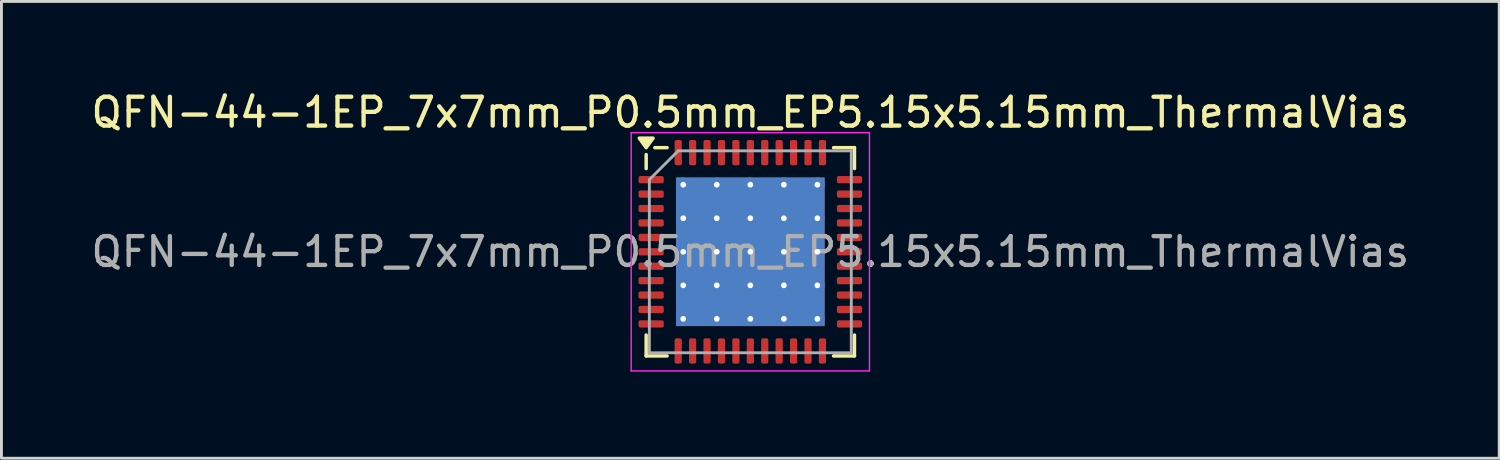
<source format=kicad_pcb>
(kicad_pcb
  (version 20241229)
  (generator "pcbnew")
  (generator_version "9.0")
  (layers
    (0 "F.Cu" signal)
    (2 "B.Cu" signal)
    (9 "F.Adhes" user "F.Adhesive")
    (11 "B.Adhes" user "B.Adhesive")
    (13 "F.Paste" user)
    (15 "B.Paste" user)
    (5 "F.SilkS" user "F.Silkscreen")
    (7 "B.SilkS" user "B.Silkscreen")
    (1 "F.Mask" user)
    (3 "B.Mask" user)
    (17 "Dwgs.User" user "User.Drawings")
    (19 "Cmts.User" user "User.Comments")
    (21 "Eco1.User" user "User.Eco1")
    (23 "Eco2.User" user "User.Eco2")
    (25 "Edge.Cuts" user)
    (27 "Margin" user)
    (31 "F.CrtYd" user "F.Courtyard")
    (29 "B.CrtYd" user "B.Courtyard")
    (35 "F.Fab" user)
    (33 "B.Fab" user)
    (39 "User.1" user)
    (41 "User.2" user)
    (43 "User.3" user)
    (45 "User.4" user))
  (footprint "QFN-44-1EP_7x7mm_P0.5mm_EP5.15x5.15mm_ThermalVias"
    (layer "F.Cu")
    (at 22.958 5.678)
    (property "Reference" "QFN-44-1EP_7x7mm_P0.5mm_EP5.15x5.15mm_ThermalVias" (at 0 -4.83 0) (layer "F.SilkS") (effects (font (size 1 1) (thickness 0.15))))
    (attr smd)
    (fp_line (start -3.61 -2.885) (end -3.61 -3.37) (stroke (width 0.12) (type solid)) (layer "F.SilkS"))
    (fp_line (start -3.61 3.61) (end -3.61 2.885) (stroke (width 0.12) (type solid)) (layer "F.SilkS"))
    (fp_line (start -2.885 -3.61) (end -3.31 -3.61) (stroke (width 0.12) (type solid)) (layer "F.SilkS"))
    (fp_line (start -2.885 3.61) (end -3.61 3.61) (stroke (width 0.12) (type solid)) (layer "F.SilkS"))
    (fp_line (start 2.885 -3.61) (end 3.61 -3.61) (stroke (width 0.12) (type solid)) (layer "F.SilkS"))
    (fp_line (start 2.885 3.61) (end 3.61 3.61) (stroke (width 0.12) (type solid)) (layer "F.SilkS"))
    (fp_line (start 3.61 -3.61) (end 3.61 -2.885) (stroke (width 0.12) (type solid)) (layer "F.SilkS"))
    (fp_line (start 3.61 3.61) (end 3.61 2.885) (stroke (width 0.12) (type solid)) (layer "F.SilkS"))
    (fp_poly (pts (xy -3.61 -3.61) (xy -3.85 -3.94) (xy -3.37 -3.94) (xy -3.61 -3.61)) (stroke (width 0.12) (type solid)) (fill yes) (layer "F.SilkS"))
    (fp_line (start -4.13 -4.13) (end -4.13 4.13) (stroke (width 0.05) (type solid)) (layer "F.CrtYd"))
    (fp_line (start -4.13 4.13) (end 4.13 4.13) (stroke (width 0.05) (type solid)) (layer "F.CrtYd"))
    (fp_line (start 4.13 -4.13) (end -4.13 -4.13) (stroke (width 0.05) (type solid)) (layer "F.CrtYd"))
    (fp_line (start 4.13 4.13) (end 4.13 -4.13) (stroke (width 0.05) (type solid)) (layer "F.CrtYd"))
    (fp_line (start -3.5 -2.5) (end -2.5 -3.5) (stroke (width 0.1) (type solid)) (layer "F.Fab"))
    (fp_line (start -3.5 3.5) (end -3.5 -2.5) (stroke (width 0.1) (type solid)) (layer "F.Fab"))
    (fp_line (start -2.5 -3.5) (end 3.5 -3.5) (stroke (width 0.1) (type solid)) (layer "F.Fab"))
    (fp_line (start 3.5 -3.5) (end 3.5 3.5) (stroke (width 0.1) (type solid)) (layer "F.Fab"))
    (fp_line (start 3.5 3.5) (end -3.5 3.5) (stroke (width 0.1) (type solid)) (layer "F.Fab"))
    (fp_text user "${REFERENCE}" (at 0 0 0) (layer "F.Fab") (effects (font (size 1 1) (thickness 0.15))))
    (pad "" smd roundrect (at -1.744 -1.744) (size 0.997 0.997) (layers "F.Paste") (roundrect_rratio 0.25))
    (pad "" smd roundrect (at -1.744 -0.581) (size 0.997 0.997) (layers "F.Paste") (roundrect_rratio 0.25))
    (pad "" smd roundrect (at -1.744 0.581) (size 0.997 0.997) (layers "F.Paste") (roundrect_rratio 0.25))
    (pad "" smd roundrect (at -1.744 1.744) (size 0.997 0.997) (layers "F.Paste") (roundrect_rratio 0.25))
    (pad "" smd roundrect (at -0.581 -1.744) (size 0.997 0.997) (layers "F.Paste") (roundrect_rratio 0.25))
    (pad "" smd roundrect (at -0.581 -0.581) (size 0.997 0.997) (layers "F.Paste") (roundrect_rratio 0.25))
    (pad "" smd roundrect (at -0.581 0.581) (size 0.997 0.997) (layers "F.Paste") (roundrect_rratio 0.25))
    (pad "" smd roundrect (at -0.581 1.744) (size 0.997 0.997) (layers "F.Paste") (roundrect_rratio 0.25))
    (pad "" smd roundrect (at 0.581 -1.744) (size 0.997 0.997) (layers "F.Paste") (roundrect_rratio 0.25))
    (pad "" smd roundrect (at 0.581 -0.581) (size 0.997 0.997) (layers "F.Paste") (roundrect_rratio 0.25))
    (pad "" smd roundrect (at 0.581 0.581) (size 0.997 0.997) (layers "F.Paste") (roundrect_rratio 0.25))
    (pad "" smd roundrect (at 0.581 1.744) (size 0.997 0.997) (layers "F.Paste") (roundrect_rratio 0.25))
    (pad "" smd roundrect (at 1.744 -1.744) (size 0.997 0.997) (layers "F.Paste") (roundrect_rratio 0.25))
    (pad "" smd roundrect (at 1.744 -0.581) (size 0.997 0.997) (layers "F.Paste") (roundrect_rratio 0.25))
    (pad "" smd roundrect (at 1.744 0.581) (size 0.997 0.997) (layers "F.Paste") (roundrect_rratio 0.25))
    (pad "" smd roundrect (at 1.744 1.744) (size 0.997 0.997) (layers "F.Paste") (roundrect_rratio 0.25))
    (pad "1" smd roundrect (at -3.438 -2.5) (size 0.875 0.25) (layers "F.Cu" "F.Mask" "F.Paste") (roundrect_rratio 0.25))
    (pad "2" smd roundrect (at -3.438 -2) (size 0.875 0.25) (layers "F.Cu" "F.Mask" "F.Paste") (roundrect_rratio 0.25))
    (pad "3" smd roundrect (at -3.438 -1.5) (size 0.875 0.25) (layers "F.Cu" "F.Mask" "F.Paste") (roundrect_rratio 0.25))
    (pad "4" smd roundrect (at -3.438 -1) (size 0.875 0.25) (layers "F.Cu" "F.Mask" "F.Paste") (roundrect_rratio 0.25))
    (pad "5" smd roundrect (at -3.438 -0.5) (size 0.875 0.25) (layers "F.Cu" "F.Mask" "F.Paste") (roundrect_rratio 0.25))
    (pad "6" smd roundrect (at -3.438 0) (size 0.875 0.25) (layers "F.Cu" "F.Mask" "F.Paste") (roundrect_rratio 0.25))
    (pad "7" smd roundrect (at -3.438 0.5) (size 0.875 0.25) (layers "F.Cu" "F.Mask" "F.Paste") (roundrect_rratio 0.25))
    (pad "8" smd roundrect (at -3.438 1) (size 0.875 0.25) (layers "F.Cu" "F.Mask" "F.Paste") (roundrect_rratio 0.25))
    (pad "9" smd roundrect (at -3.438 1.5) (size 0.875 0.25) (layers "F.Cu" "F.Mask" "F.Paste") (roundrect_rratio 0.25))
    (pad "10" smd roundrect (at -3.438 2) (size 0.875 0.25) (layers "F.Cu" "F.Mask" "F.Paste") (roundrect_rratio 0.25))
    (pad "11" smd roundrect (at -3.438 2.5) (size 0.875 0.25) (layers "F.Cu" "F.Mask" "F.Paste") (roundrect_rratio 0.25))
    (pad "12" smd roundrect (at -2.5 3.438) (size 0.25 0.875) (layers "F.Cu" "F.Mask" "F.Paste") (roundrect_rratio 0.25))
    (pad "13" smd roundrect (at -2 3.438) (size 0.25 0.875) (layers "F.Cu" "F.Mask" "F.Paste") (roundrect_rratio 0.25))
    (pad "14" smd roundrect (at -1.5 3.438) (size 0.25 0.875) (layers "F.Cu" "F.Mask" "F.Paste") (roundrect_rratio 0.25))
    (pad "15" smd roundrect (at -1 3.438) (size 0.25 0.875) (layers "F.Cu" "F.Mask" "F.Paste") (roundrect_rratio 0.25))
    (pad "16" smd roundrect (at -0.5 3.438) (size 0.25 0.875) (layers "F.Cu" "F.Mask" "F.Paste") (roundrect_rratio 0.25))
    (pad "17" smd roundrect (at 0 3.438) (size 0.25 0.875) (layers "F.Cu" "F.Mask" "F.Paste") (roundrect_rratio 0.25))
    (pad "18" smd roundrect (at 0.5 3.438) (size 0.25 0.875) (layers "F.Cu" "F.Mask" "F.Paste") (roundrect_rratio 0.25))
    (pad "19" smd roundrect (at 1 3.438) (size 0.25 0.875) (layers "F.Cu" "F.Mask" "F.Paste") (roundrect_rratio 0.25))
    (pad "20" smd roundrect (at 1.5 3.438) (size 0.25 0.875) (layers "F.Cu" "F.Mask" "F.Paste") (roundrect_rratio 0.25))
    (pad "21" smd roundrect (at 2 3.438) (size 0.25 0.875) (layers "F.Cu" "F.Mask" "F.Paste") (roundrect_rratio 0.25))
    (pad "22" smd roundrect (at 2.5 3.438) (size 0.25 0.875) (layers "F.Cu" "F.Mask" "F.Paste") (roundrect_rratio 0.25))
    (pad "23" smd roundrect (at 3.438 2.5) (size 0.875 0.25) (layers "F.Cu" "F.Mask" "F.Paste") (roundrect_rratio 0.25))
    (pad "24" smd roundrect (at 3.438 2) (size 0.875 0.25) (layers "F.Cu" "F.Mask" "F.Paste") (roundrect_rratio 0.25))
    (pad "25" smd roundrect (at 3.438 1.5) (size 0.875 0.25) (layers "F.Cu" "F.Mask" "F.Paste") (roundrect_rratio 0.25))
    (pad "26" smd roundrect (at 3.438 1) (size 0.875 0.25) (layers "F.Cu" "F.Mask" "F.Paste") (roundrect_rratio 0.25))
    (pad "27" smd roundrect (at 3.438 0.5) (size 0.875 0.25) (layers "F.Cu" "F.Mask" "F.Paste") (roundrect_rratio 0.25))
    (pad "28" smd roundrect (at 3.438 0) (size 0.875 0.25) (layers "F.Cu" "F.Mask" "F.Paste") (roundrect_rratio 0.25))
    (pad "29" smd roundrect (at 3.438 -0.5) (size 0.875 0.25) (layers "F.Cu" "F.Mask" "F.Paste") (roundrect_rratio 0.25))
    (pad "30" smd roundrect (at 3.438 -1) (size 0.875 0.25) (layers "F.Cu" "F.Mask" "F.Paste") (roundrect_rratio 0.25))
    (pad "31" smd roundrect (at 3.438 -1.5) (size 0.875 0.25) (layers "F.Cu" "F.Mask" "F.Paste") (roundrect_rratio 0.25))
    (pad "32" smd roundrect (at 3.438 -2) (size 0.875 0.25) (layers "F.Cu" "F.Mask" "F.Paste") (roundrect_rratio 0.25))
    (pad "33" smd roundrect (at 3.438 -2.5) (size 0.875 0.25) (layers "F.Cu" "F.Mask" "F.Paste") (roundrect_rratio 0.25))
    (pad "34" smd roundrect (at 2.5 -3.438) (size 0.25 0.875) (layers "F.Cu" "F.Mask" "F.Paste") (roundrect_rratio 0.25))
    (pad "35" smd roundrect (at 2 -3.438) (size 0.25 0.875) (layers "F.Cu" "F.Mask" "F.Paste") (roundrect_rratio 0.25))
    (pad "36" smd roundrect (at 1.5 -3.438) (size 0.25 0.875) (layers "F.Cu" "F.Mask" "F.Paste") (roundrect_rratio 0.25))
    (pad "37" smd roundrect (at 1 -3.438) (size 0.25 0.875) (layers "F.Cu" "F.Mask" "F.Paste") (roundrect_rratio 0.25))
    (pad "38" smd roundrect (at 0.5 -3.438) (size 0.25 0.875) (layers "F.Cu" "F.Mask" "F.Paste") (roundrect_rratio 0.25))
    (pad "39" smd roundrect (at 0 -3.438) (size 0.25 0.875) (layers "F.Cu" "F.Mask" "F.Paste") (roundrect_rratio 0.25))
    (pad "40" smd roundrect (at -0.5 -3.438) (size 0.25 0.875) (layers "F.Cu" "F.Mask" "F.Paste") (roundrect_rratio 0.25))
    (pad "41" smd roundrect (at -1 -3.438) (size 0.25 0.875) (layers "F.Cu" "F.Mask" "F.Paste") (roundrect_rratio 0.25))
    (pad "42" smd roundrect (at -1.5 -3.438) (size 0.25 0.875) (layers "F.Cu" "F.Mask" "F.Paste") (roundrect_rratio 0.25))
    (pad "43" smd roundrect (at -2 -3.438) (size 0.25 0.875) (layers "F.Cu" "F.Mask" "F.Paste") (roundrect_rratio 0.25))
    (pad "44" smd roundrect (at -2.5 -3.438) (size 0.25 0.875) (layers "F.Cu" "F.Mask" "F.Paste") (roundrect_rratio 0.25))
    (pad "45" thru_hole circle (at -2.325 -2.325) (size 0.5 0.5) (drill 0.2) (property pad_prop_heatsink) (layers "*.Cu"))
    (pad "45" thru_hole circle (at -2.325 -1.163) (size 0.5 0.5) (drill 0.2) (property pad_prop_heatsink) (layers "*.Cu"))
    (pad "45" thru_hole circle (at -2.325 0) (size 0.5 0.5) (drill 0.2) (property pad_prop_heatsink) (layers "*.Cu"))
    (pad "45" thru_hole circle (at -2.325 1.163) (size 0.5 0.5) (drill 0.2) (property pad_prop_heatsink) (layers "*.Cu"))
    (pad "45" thru_hole circle (at -2.325 2.325) (size 0.5 0.5) (drill 0.2) (property pad_prop_heatsink) (layers "*.Cu"))
    (pad "45" thru_hole circle (at -1.163 -2.325) (size 0.5 0.5) (drill 0.2) (property pad_prop_heatsink) (layers "*.Cu"))
    (pad "45" thru_hole circle (at -1.163 -1.163) (size 0.5 0.5) (drill 0.2) (property pad_prop_heatsink) (layers "*.Cu"))
    (pad "45" thru_hole circle (at -1.163 0) (size 0.5 0.5) (drill 0.2) (property pad_prop_heatsink) (layers "*.Cu"))
    (pad "45" thru_hole circle (at -1.163 1.163) (size 0.5 0.5) (drill 0.2) (property pad_prop_heatsink) (layers "*.Cu"))
    (pad "45" thru_hole circle (at -1.163 2.325) (size 0.5 0.5) (drill 0.2) (property pad_prop_heatsink) (layers "*.Cu"))
    (pad "45" thru_hole circle (at 0 -2.325) (size 0.5 0.5) (drill 0.2) (property pad_prop_heatsink) (layers "*.Cu"))
    (pad "45" thru_hole circle (at 0 -1.163) (size 0.5 0.5) (drill 0.2) (property pad_prop_heatsink) (layers "*.Cu"))
    (pad "45" thru_hole circle (at 0 0) (size 0.5 0.5) (drill 0.2) (property pad_prop_heatsink) (layers "*.Cu"))
    (pad "45" smd rect (at 0 0) (size 5.15 5.15) (property pad_prop_heatsink) (layers "F.Cu" "F.Mask"))
    (pad "45" smd rect (at 0 0) (size 5.15 5.15) (property pad_prop_heatsink) (layers "B.Cu"))
    (pad "45" thru_hole circle (at 0 1.163) (size 0.5 0.5) (drill 0.2) (property pad_prop_heatsink) (layers "*.Cu"))
    (pad "45" thru_hole circle (at 0 2.325) (size 0.5 0.5) (drill 0.2) (property pad_prop_heatsink) (layers "*.Cu"))
    (pad "45" thru_hole circle (at 1.163 -2.325) (size 0.5 0.5) (drill 0.2) (property pad_prop_heatsink) (layers "*.Cu"))
    (pad "45" thru_hole circle (at 1.163 -1.163) (size 0.5 0.5) (drill 0.2) (property pad_prop_heatsink) (layers "*.Cu"))
    (pad "45" thru_hole circle (at 1.163 0) (size 0.5 0.5) (drill 0.2) (property pad_prop_heatsink) (layers "*.Cu"))
    (pad "45" thru_hole circle (at 1.163 1.163) (size 0.5 0.5) (drill 0.2) (property pad_prop_heatsink) (layers "*.Cu"))
    (pad "45" thru_hole circle (at 1.163 2.325) (size 0.5 0.5) (drill 0.2) (property pad_prop_heatsink) (layers "*.Cu"))
    (pad "45" thru_hole circle (at 2.325 -2.325) (size 0.5 0.5) (drill 0.2) (property pad_prop_heatsink) (layers "*.Cu"))
    (pad "45" thru_hole circle (at 2.325 -1.163) (size 0.5 0.5) (drill 0.2) (property pad_prop_heatsink) (layers "*.Cu"))
    (pad "45" thru_hole circle (at 2.325 0) (size 0.5 0.5) (drill 0.2) (property pad_prop_heatsink) (layers "*.Cu"))
    (pad "45" thru_hole circle (at 2.325 1.163) (size 0.5 0.5) (drill 0.2) (property pad_prop_heatsink) (layers "*.Cu"))
    (pad "45" thru_hole circle (at 2.325 2.325) (size 0.5 0.5) (drill 0.2) (property pad_prop_heatsink) (layers "*.Cu")))
  (gr_rect
    (start -3 -3)
    (end 48.917 12.833)
    (stroke (width 0.1) (type default))
    (fill no)
    (layer "Edge.Cuts")))
</source>
